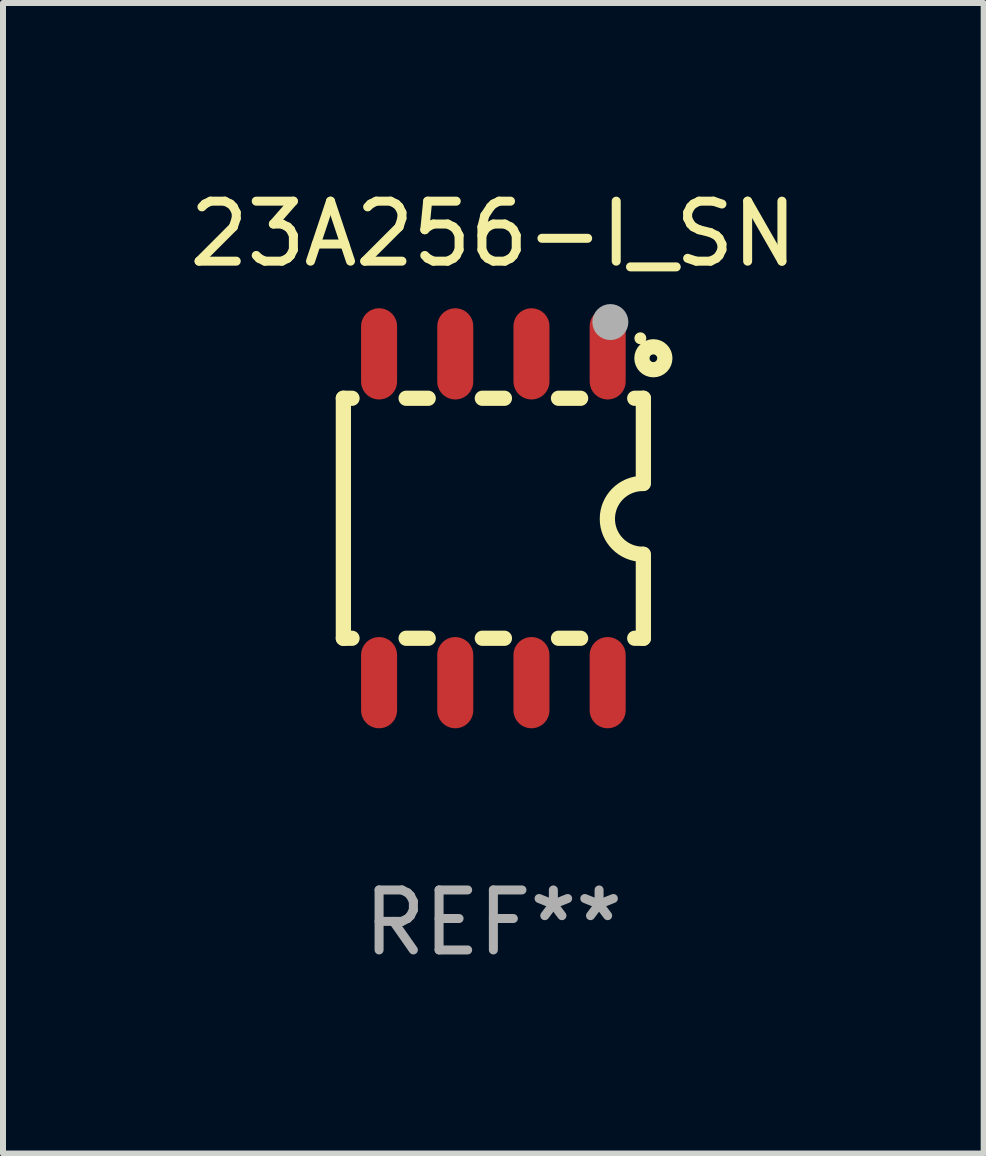
<source format=kicad_pcb>
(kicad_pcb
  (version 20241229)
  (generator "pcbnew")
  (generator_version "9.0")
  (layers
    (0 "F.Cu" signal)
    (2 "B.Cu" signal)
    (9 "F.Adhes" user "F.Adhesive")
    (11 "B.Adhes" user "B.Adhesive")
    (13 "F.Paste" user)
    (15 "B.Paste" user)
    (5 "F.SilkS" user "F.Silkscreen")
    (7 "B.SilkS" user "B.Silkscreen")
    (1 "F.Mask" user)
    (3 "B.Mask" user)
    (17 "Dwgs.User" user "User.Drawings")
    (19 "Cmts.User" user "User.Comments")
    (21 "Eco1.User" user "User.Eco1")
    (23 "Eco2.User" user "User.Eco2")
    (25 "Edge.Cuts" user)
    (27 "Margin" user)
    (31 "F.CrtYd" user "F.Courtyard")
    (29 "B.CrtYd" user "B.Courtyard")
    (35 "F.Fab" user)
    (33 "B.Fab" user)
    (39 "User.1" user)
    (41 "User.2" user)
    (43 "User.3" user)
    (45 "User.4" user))
  (footprint "23A256-I_SN"
    (layer "F.Cu")
    (at 5.173 5.588)
    (property "Reference" "23A256-I_SN" (at 0 -4.74 0) (layer "F.SilkS") (effects (font (size 1 1) (thickness 0.15))))
    (attr through_hole)
    (fp_line (start -2.5 2) (end -2.5 -2) (stroke (width 0.254) (type solid)) (layer "F.SilkS"))
    (fp_line (start -2.356 -2) (end -2.5 -2) (stroke (width 0.254) (type solid)) (layer "F.SilkS"))
    (fp_line (start -2.356 2) (end -2.5 2) (stroke (width 0.254) (type solid)) (layer "F.SilkS"))
    (fp_line (start -1.086 -2) (end -1.454 -2) (stroke (width 0.254) (type solid)) (layer "F.SilkS"))
    (fp_line (start -1.086 2) (end -1.454 2) (stroke (width 0.254) (type solid)) (layer "F.SilkS"))
    (fp_line (start 0.184 -2) (end -0.184 -2) (stroke (width 0.254) (type solid)) (layer "F.SilkS"))
    (fp_line (start 0.184 2) (end -0.184 2) (stroke (width 0.254) (type solid)) (layer "F.SilkS"))
    (fp_line (start 1.454 -2) (end 1.086 -2) (stroke (width 0.254) (type solid)) (layer "F.SilkS"))
    (fp_line (start 1.454 2) (end 1.086 2) (stroke (width 0.254) (type solid)) (layer "F.SilkS"))
    (fp_line (start 2.5 -2) (end 2.356 -2) (stroke (width 0.254) (type solid)) (layer "F.SilkS"))
    (fp_line (start 2.5 -0.58) (end 2.5 -2) (stroke (width 0.254) (type solid)) (layer "F.SilkS"))
    (fp_line (start 2.5 2) (end 2.356 2) (stroke (width 0.254) (type solid)) (layer "F.SilkS"))
    (fp_line (start 2.5 2) (end 2.5 0.6) (stroke (width 0.254) (type solid)) (layer "F.SilkS"))
    (fp_arc (start 2.489992 0.600051) (mid 1.901674 0.010046) (end 2.489992 -0.579959) (stroke (width 0.254001) (type solid)) (layer "F.SilkS"))
    (fp_circle (center 2.45 -3) (end 2.5 -3) (stroke (width 0.1) (type solid)) (fill no) (layer "F.SilkS"))
    (fp_circle (center 2.667 -2.667) (end 2.858 -2.667) (stroke (width 0.254) (type solid)) (fill no) (layer "F.SilkS"))
    (fp_circle (center 1.95 -3.27) (end 2.1 -3.27) (stroke (width 0.3) (type solid)) (fill no) (layer "F.Fab"))
    (fp_text user "REF**" (at 0 6.74 0) (layer "F.Fab") (effects (font (size 1 1) (thickness 0.15))))
    (pad "1" smd oval (at 1.905 -2.74) (size 0.6 1.52) (layers "F.Cu" "F.Mask" "F.Paste"))
    (pad "2" smd oval (at 0.635 -2.74) (size 0.6 1.52) (layers "F.Cu" "F.Mask" "F.Paste"))
    (pad "3" smd oval (at -0.635 -2.74) (size 0.6 1.52) (layers "F.Cu" "F.Mask" "F.Paste"))
    (pad "4" smd oval (at -1.905 -2.74) (size 0.6 1.52) (layers "F.Cu" "F.Mask" "F.Paste"))
    (pad "5" smd oval (at -1.905 2.74) (size 0.6 1.52) (layers "F.Cu" "F.Mask" "F.Paste"))
    (pad "6" smd oval (at -0.635 2.74) (size 0.6 1.52) (layers "F.Cu" "F.Mask" "F.Paste"))
    (pad "7" smd oval (at 0.635 2.74) (size 0.6 1.52) (layers "F.Cu" "F.Mask" "F.Paste"))
    (pad "8" smd oval (at 1.905 2.74) (size 0.6 1.52) (layers "F.Cu" "F.Mask" "F.Paste")))
  (gr_rect
    (start -3 -3)
    (end 13.345 16.176)
    (stroke (width 0.1) (type default))
    (fill no)
    (layer "Edge.Cuts")))
</source>
